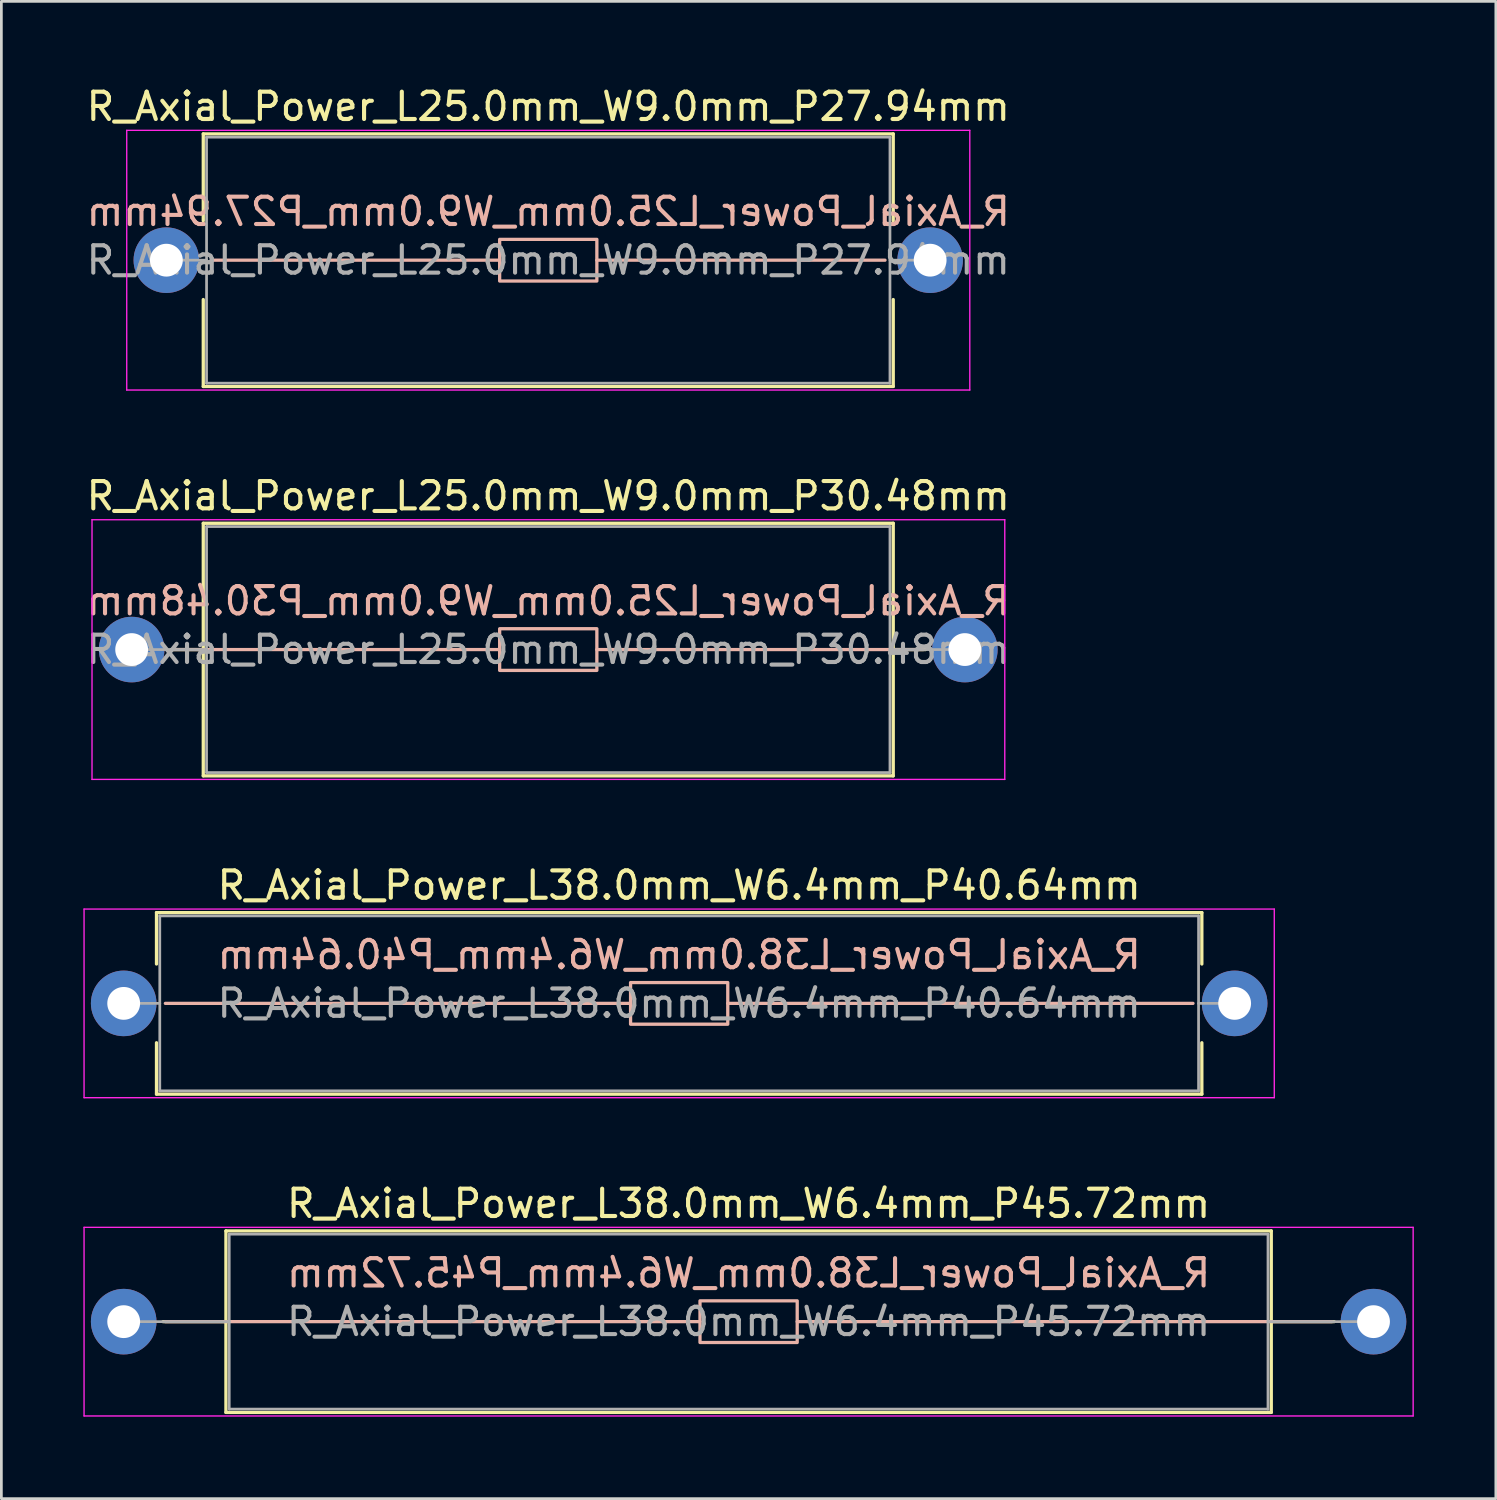
<source format=kicad_pcb>
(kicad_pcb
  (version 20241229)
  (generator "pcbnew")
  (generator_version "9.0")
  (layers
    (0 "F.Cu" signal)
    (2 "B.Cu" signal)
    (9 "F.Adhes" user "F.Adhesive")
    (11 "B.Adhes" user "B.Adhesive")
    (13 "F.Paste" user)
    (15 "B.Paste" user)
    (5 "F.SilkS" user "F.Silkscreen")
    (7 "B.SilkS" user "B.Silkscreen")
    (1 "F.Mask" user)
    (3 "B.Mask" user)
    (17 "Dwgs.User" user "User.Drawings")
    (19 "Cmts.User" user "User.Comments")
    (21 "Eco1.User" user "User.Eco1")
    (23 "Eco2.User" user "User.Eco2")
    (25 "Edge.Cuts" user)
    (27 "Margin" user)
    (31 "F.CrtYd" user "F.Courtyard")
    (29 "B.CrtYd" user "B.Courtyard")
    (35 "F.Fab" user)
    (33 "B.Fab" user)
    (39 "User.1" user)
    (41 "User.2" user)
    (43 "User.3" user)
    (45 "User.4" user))
  (footprint "R_Axial_Power_L38.0mm_W6.4mm_P40.64mm"
    (layer "F.Cu")
    (at 1.475 33.655)
    (property "Reference" "R_Axial_Power_L38.0mm_W6.4mm_P40.64mm" (at 20.32 -4.32 0) (layer "F.SilkS") (effects (font (size 1 1) (thickness 0.15))))
    (fp_line (start 1.2 -3.32) (end 39.44 -3.32) (stroke (width 0.12) (type solid)) (layer "F.SilkS"))
    (fp_line (start 1.2 -1.44) (end 1.2 -3.32) (stroke (width 0.12) (type solid)) (layer "F.SilkS"))
    (fp_line (start 1.2 1.44) (end 1.2 3.32) (stroke (width 0.12) (type solid)) (layer "F.SilkS"))
    (fp_line (start 1.2 3.32) (end 39.44 3.32) (stroke (width 0.12) (type solid)) (layer "F.SilkS"))
    (fp_line (start 39.44 -3.32) (end 39.44 -1.44) (stroke (width 0.12) (type solid)) (layer "F.SilkS"))
    (fp_line (start 39.44 3.32) (end 39.44 1.44) (stroke (width 0.12) (type solid)) (layer "F.SilkS"))
    (fp_line (start 18.542 0) (end 1.524 0) (stroke (width 0.12) (type solid)) (layer "B.SilkS"))
    (fp_line (start 22.098 0) (end 39.116 0) (stroke (width 0.12) (type solid)) (layer "B.SilkS"))
    (fp_rect (start 18.542 -0.762) (end 22.098 0.762) (stroke (width 0.12) (type solid)) (fill no) (layer "B.SilkS"))
    (fp_line (start -1.45 -3.45) (end -1.45 3.45) (stroke (width 0.05) (type solid)) (layer "F.CrtYd"))
    (fp_line (start -1.45 3.45) (end 42.09 3.45) (stroke (width 0.05) (type solid)) (layer "F.CrtYd"))
    (fp_line (start 42.09 -3.45) (end -1.45 -3.45) (stroke (width 0.05) (type solid)) (layer "F.CrtYd"))
    (fp_line (start 42.09 3.45) (end 42.09 -3.45) (stroke (width 0.05) (type solid)) (layer "F.CrtYd"))
    (fp_line (start 0 0) (end 1.32 0) (stroke (width 0.1) (type solid)) (layer "F.Fab"))
    (fp_line (start 1.32 -3.2) (end 1.32 3.2) (stroke (width 0.1) (type solid)) (layer "F.Fab"))
    (fp_line (start 1.32 3.2) (end 39.32 3.2) (stroke (width 0.1) (type solid)) (layer "F.Fab"))
    (fp_line (start 39.32 -3.2) (end 1.32 -3.2) (stroke (width 0.1) (type solid)) (layer "F.Fab"))
    (fp_line (start 39.32 3.2) (end 39.32 -3.2) (stroke (width 0.1) (type solid)) (layer "F.Fab"))
    (fp_line (start 40.64 0) (end 39.32 0) (stroke (width 0.1) (type solid)) (layer "F.Fab"))
    (fp_text user "${REFERENCE}" (at 20.32 -1.778 0) (layer "B.SilkS") (effects (font (size 1 1) (thickness 0.15)) (justify mirror)))
    (fp_text user "${REFERENCE}" (at 20.32 0 0) (layer "F.Fab") (effects (font (size 1 1) (thickness 0.15))))
    (pad "1" thru_hole circle (at 0 0) (size 2.4 2.4) (drill 1.2) (layers "*.Cu" "*.Mask"))
    (pad "2" thru_hole oval (at 40.64 0) (size 2.4 2.4) (drill 1.2) (layers "*.Cu" "*.Mask")))
  (footprint "R_Axial_Power_L25.0mm_W9.0mm_P30.48mm"
    (layer "F.Cu")
    (at 1.766 20.712)
    (property "Reference" "R_Axial_Power_L25.0mm_W9.0mm_P30.48mm" (at 15.24 -5.62 0) (layer "F.SilkS") (effects (font (size 1 1) (thickness 0.15))))
    (fp_line (start 1.44 0) (end 2.62 0) (stroke (width 0.12) (type solid)) (layer "F.SilkS"))
    (fp_line (start 2.62 -4.62) (end 2.62 4.62) (stroke (width 0.12) (type solid)) (layer "F.SilkS"))
    (fp_line (start 2.62 4.62) (end 27.86 4.62) (stroke (width 0.12) (type solid)) (layer "F.SilkS"))
    (fp_line (start 27.86 -4.62) (end 2.62 -4.62) (stroke (width 0.12) (type solid)) (layer "F.SilkS"))
    (fp_line (start 27.86 4.62) (end 27.86 -4.62) (stroke (width 0.12) (type solid)) (layer "F.SilkS"))
    (fp_line (start 29.04 0) (end 27.86 0) (stroke (width 0.12) (type solid)) (layer "F.SilkS"))
    (fp_line (start 13.462 0) (end 1.524 0) (stroke (width 0.12) (type solid)) (layer "B.SilkS"))
    (fp_line (start 17.018 0) (end 28.956 0) (stroke (width 0.12) (type solid)) (layer "B.SilkS"))
    (fp_rect (start 13.462 -0.762) (end 17.018 0.762) (stroke (width 0.12) (type solid)) (fill no) (layer "B.SilkS"))
    (fp_line (start -1.45 -4.75) (end -1.45 4.75) (stroke (width 0.05) (type solid)) (layer "F.CrtYd"))
    (fp_line (start -1.45 4.75) (end 31.94 4.75) (stroke (width 0.05) (type solid)) (layer "F.CrtYd"))
    (fp_line (start 31.94 -4.75) (end -1.45 -4.75) (stroke (width 0.05) (type solid)) (layer "F.CrtYd"))
    (fp_line (start 31.94 4.75) (end 31.94 -4.75) (stroke (width 0.05) (type solid)) (layer "F.CrtYd"))
    (fp_line (start 0 0) (end 2.74 0) (stroke (width 0.1) (type solid)) (layer "F.Fab"))
    (fp_line (start 2.74 -4.5) (end 2.74 4.5) (stroke (width 0.1) (type solid)) (layer "F.Fab"))
    (fp_line (start 2.74 4.5) (end 27.74 4.5) (stroke (width 0.1) (type solid)) (layer "F.Fab"))
    (fp_line (start 27.74 -4.5) (end 2.74 -4.5) (stroke (width 0.1) (type solid)) (layer "F.Fab"))
    (fp_line (start 27.74 4.5) (end 27.74 -4.5) (stroke (width 0.1) (type solid)) (layer "F.Fab"))
    (fp_line (start 30.48 0) (end 27.74 0) (stroke (width 0.1) (type solid)) (layer "F.Fab"))
    (fp_text user "${REFERENCE}" (at 15.24 -1.778 0) (layer "B.SilkS") (effects (font (size 1 1) (thickness 0.15)) (justify mirror)))
    (fp_text user "${REFERENCE}" (at 15.24 0 0) (layer "F.Fab") (effects (font (size 1 1) (thickness 0.15))))
    (pad "1" thru_hole circle (at 0 0) (size 2.4 2.4) (drill 1.2) (layers "*.Cu" "*.Mask"))
    (pad "2" thru_hole oval (at 30.48 0) (size 2.4 2.4) (drill 1.2) (layers "*.Cu" "*.Mask")))
  (footprint "R_Axial_Power_L38.0mm_W6.4mm_P45.72mm"
    (layer "F.Cu")
    (at 1.475 45.298)
    (property "Reference" "R_Axial_Power_L38.0mm_W6.4mm_P45.72mm" (at 22.86 -4.32 0) (layer "F.SilkS") (effects (font (size 1 1) (thickness 0.15))))
    (fp_line (start 1.44 0) (end 3.74 0) (stroke (width 0.12) (type solid)) (layer "F.SilkS"))
    (fp_line (start 3.74 -3.32) (end 3.74 3.32) (stroke (width 0.12) (type solid)) (layer "F.SilkS"))
    (fp_line (start 3.74 3.32) (end 41.98 3.32) (stroke (width 0.12) (type solid)) (layer "F.SilkS"))
    (fp_line (start 41.98 -3.32) (end 3.74 -3.32) (stroke (width 0.12) (type solid)) (layer "F.SilkS"))
    (fp_line (start 41.98 3.32) (end 41.98 -3.32) (stroke (width 0.12) (type solid)) (layer "F.SilkS"))
    (fp_line (start 44.28 0) (end 41.98 0) (stroke (width 0.12) (type solid)) (layer "F.SilkS"))
    (fp_line (start 21.082 0) (end 1.524 0) (stroke (width 0.12) (type solid)) (layer "B.SilkS"))
    (fp_line (start 24.638 0) (end 44.196 0) (stroke (width 0.12) (type solid)) (layer "B.SilkS"))
    (fp_rect (start 21.082 -0.762) (end 24.638 0.762) (stroke (width 0.12) (type solid)) (fill no) (layer "B.SilkS"))
    (fp_line (start -1.45 -3.45) (end -1.45 3.45) (stroke (width 0.05) (type solid)) (layer "F.CrtYd"))
    (fp_line (start -1.45 3.45) (end 47.17 3.45) (stroke (width 0.05) (type solid)) (layer "F.CrtYd"))
    (fp_line (start 47.17 -3.45) (end -1.45 -3.45) (stroke (width 0.05) (type solid)) (layer "F.CrtYd"))
    (fp_line (start 47.17 3.45) (end 47.17 -3.45) (stroke (width 0.05) (type solid)) (layer "F.CrtYd"))
    (fp_line (start 0 0) (end 3.86 0) (stroke (width 0.1) (type solid)) (layer "F.Fab"))
    (fp_line (start 3.86 -3.2) (end 3.86 3.2) (stroke (width 0.1) (type solid)) (layer "F.Fab"))
    (fp_line (start 3.86 3.2) (end 41.86 3.2) (stroke (width 0.1) (type solid)) (layer "F.Fab"))
    (fp_line (start 41.86 -3.2) (end 3.86 -3.2) (stroke (width 0.1) (type solid)) (layer "F.Fab"))
    (fp_line (start 41.86 3.2) (end 41.86 -3.2) (stroke (width 0.1) (type solid)) (layer "F.Fab"))
    (fp_line (start 45.72 0) (end 41.86 0) (stroke (width 0.1) (type solid)) (layer "F.Fab"))
    (fp_text user "${REFERENCE}" (at 22.86 -1.778 0) (layer "B.SilkS") (effects (font (size 1 1) (thickness 0.15)) (justify mirror)))
    (fp_text user "${REFERENCE}" (at 22.86 0 0) (layer "F.Fab") (effects (font (size 1 1) (thickness 0.15))))
    (pad "1" thru_hole circle (at 0 0) (size 2.4 2.4) (drill 1.2) (layers "*.Cu" "*.Mask"))
    (pad "2" thru_hole oval (at 45.72 0) (size 2.4 2.4) (drill 1.2) (layers "*.Cu" "*.Mask")))
  (footprint "R_Axial_Power_L25.0mm_W9.0mm_P27.94mm"
    (layer "F.Cu")
    (at 3.036 6.468)
    (property "Reference" "R_Axial_Power_L25.0mm_W9.0mm_P27.94mm" (at 13.97 -5.62 0) (layer "F.SilkS") (effects (font (size 1 1) (thickness 0.15))))
    (fp_line (start 1.35 -4.62) (end 26.59 -4.62) (stroke (width 0.12) (type solid)) (layer "F.SilkS"))
    (fp_line (start 1.35 -1.44) (end 1.35 -4.62) (stroke (width 0.12) (type solid)) (layer "F.SilkS"))
    (fp_line (start 1.35 1.44) (end 1.35 4.62) (stroke (width 0.12) (type solid)) (layer "F.SilkS"))
    (fp_line (start 1.35 4.62) (end 26.59 4.62) (stroke (width 0.12) (type solid)) (layer "F.SilkS"))
    (fp_line (start 26.59 -4.62) (end 26.59 -1.44) (stroke (width 0.12) (type solid)) (layer "F.SilkS"))
    (fp_line (start 26.59 4.62) (end 26.59 1.44) (stroke (width 0.12) (type solid)) (layer "F.SilkS"))
    (fp_line (start 12.192 0) (end 1.651 0) (stroke (width 0.12) (type solid)) (layer "B.SilkS"))
    (fp_line (start 15.748 0) (end 26.289 0) (stroke (width 0.12) (type solid)) (layer "B.SilkS"))
    (fp_rect (start 12.192 -0.762) (end 15.748 0.762) (stroke (width 0.12) (type solid)) (fill no) (layer "B.SilkS"))
    (fp_line (start -1.45 -4.75) (end -1.45 4.75) (stroke (width 0.05) (type solid)) (layer "F.CrtYd"))
    (fp_line (start -1.45 4.75) (end 29.39 4.75) (stroke (width 0.05) (type solid)) (layer "F.CrtYd"))
    (fp_line (start 29.39 -4.75) (end -1.45 -4.75) (stroke (width 0.05) (type solid)) (layer "F.CrtYd"))
    (fp_line (start 29.39 4.75) (end 29.39 -4.75) (stroke (width 0.05) (type solid)) (layer "F.CrtYd"))
    (fp_line (start 0 0) (end 1.47 0) (stroke (width 0.1) (type solid)) (layer "F.Fab"))
    (fp_line (start 1.47 -4.5) (end 1.47 4.5) (stroke (width 0.1) (type solid)) (layer "F.Fab"))
    (fp_line (start 1.47 4.5) (end 26.47 4.5) (stroke (width 0.1) (type solid)) (layer "F.Fab"))
    (fp_line (start 26.47 -4.5) (end 1.47 -4.5) (stroke (width 0.1) (type solid)) (layer "F.Fab"))
    (fp_line (start 26.47 4.5) (end 26.47 -4.5) (stroke (width 0.1) (type solid)) (layer "F.Fab"))
    (fp_line (start 27.94 0) (end 26.47 0) (stroke (width 0.1) (type solid)) (layer "F.Fab"))
    (fp_text user "${REFERENCE}" (at 13.97 -1.778 0) (layer "B.SilkS") (effects (font (size 1 1) (thickness 0.15)) (justify mirror)))
    (fp_text user "${REFERENCE}" (at 13.97 0 0) (layer "F.Fab") (effects (font (size 1 1) (thickness 0.15))))
    (pad "1" thru_hole circle (at 0 0) (size 2.4 2.4) (drill 1.2) (layers "*.Cu" "*.Mask"))
    (pad "2" thru_hole oval (at 27.94 0) (size 2.4 2.4) (drill 1.2) (layers "*.Cu" "*.Mask")))
  (gr_rect
    (start -3 -3)
    (end 51.67 51.773)
    (stroke (width 0.1) (type default))
    (fill no)
    (layer "Edge.Cuts")))
</source>
